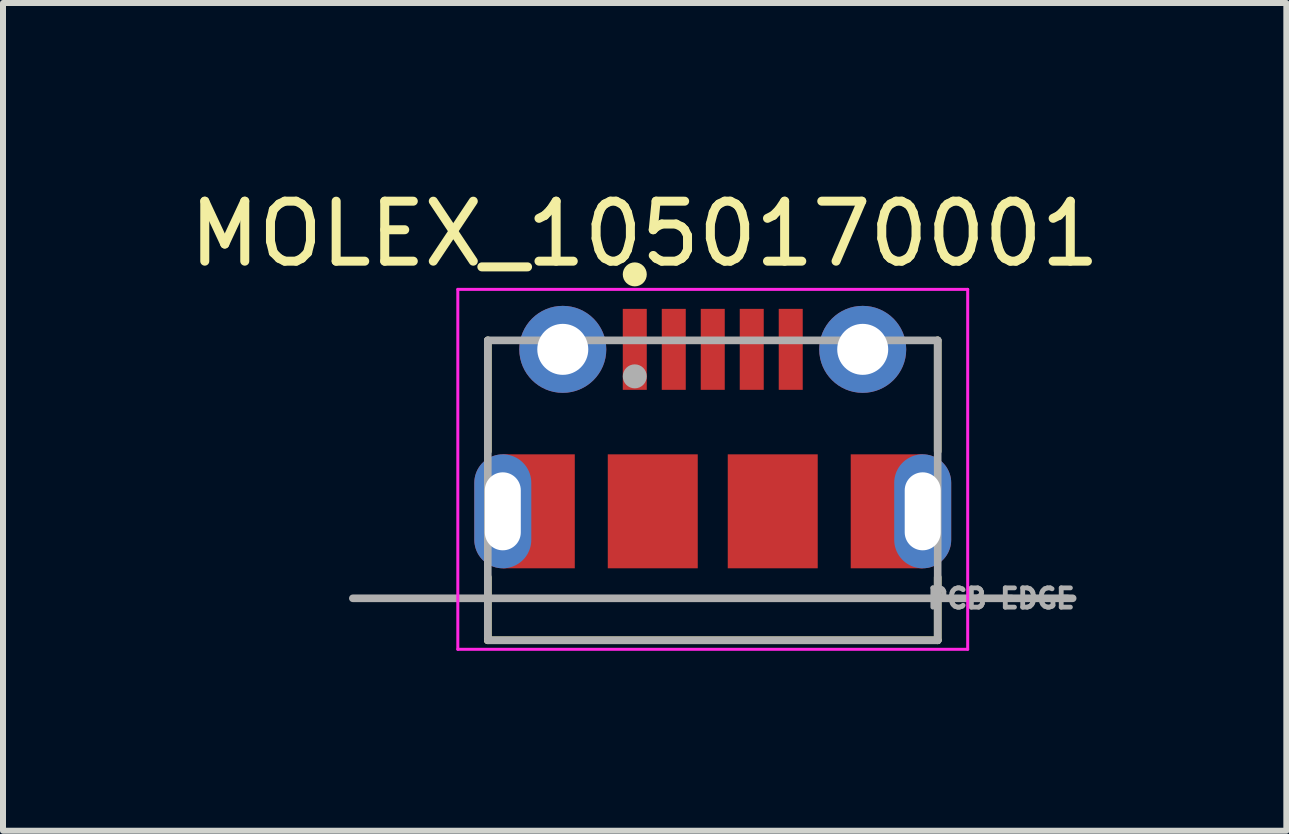
<source format=kicad_pcb>
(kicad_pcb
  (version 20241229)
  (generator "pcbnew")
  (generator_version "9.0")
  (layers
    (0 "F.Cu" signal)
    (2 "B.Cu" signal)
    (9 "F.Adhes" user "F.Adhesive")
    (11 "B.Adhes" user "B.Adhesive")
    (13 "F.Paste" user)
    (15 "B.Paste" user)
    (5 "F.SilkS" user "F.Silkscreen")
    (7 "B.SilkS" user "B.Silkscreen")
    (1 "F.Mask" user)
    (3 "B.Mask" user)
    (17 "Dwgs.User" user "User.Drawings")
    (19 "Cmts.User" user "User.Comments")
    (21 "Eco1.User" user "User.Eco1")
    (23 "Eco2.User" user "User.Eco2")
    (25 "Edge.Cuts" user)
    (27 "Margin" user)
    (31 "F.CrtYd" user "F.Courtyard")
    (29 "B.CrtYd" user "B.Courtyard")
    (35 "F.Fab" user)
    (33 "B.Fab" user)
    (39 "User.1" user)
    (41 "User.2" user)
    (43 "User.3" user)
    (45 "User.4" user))
  (footprint "MOLEX_1050170001"
    (layer "F.Cu")
    (at 8.832 5.124)
    (property "Reference" "MOLEX_1050170001" (at -1.135 -4.275 0) (layer "F.SilkS") (effects (font (size 1 1) (thickness 0.15))))
    (attr smd)
    (fp_line (start -3.75 -0.65) (end -3.75 -2.5) (stroke (width 0.127) (type solid)) (layer "F.SilkS"))
    (fp_line (start -3.75 2.5) (end -3.75 1.45) (stroke (width 0.127) (type solid)) (layer "F.SilkS"))
    (fp_line (start 3.75 -2.5) (end 3.75 -0.65) (stroke (width 0.127) (type solid)) (layer "F.SilkS"))
    (fp_line (start 3.75 1.45) (end 3.75 2.5) (stroke (width 0.127) (type solid)) (layer "F.SilkS"))
    (fp_line (start 3.75 2.5) (end -3.75 2.5) (stroke (width 0.127) (type solid)) (layer "F.SilkS"))
    (fp_circle (center -1.3 -3.6) (end -1.2 -3.6) (stroke (width 0.2) (type solid)) (fill no) (layer "F.SilkS"))
    (fp_line (start -4.25 -3.35) (end -4.25 2.65) (stroke (width 0.05) (type solid)) (layer "F.CrtYd"))
    (fp_line (start -4.25 2.65) (end 4.25 2.65) (stroke (width 0.05) (type solid)) (layer "F.CrtYd"))
    (fp_line (start 4.25 -3.35) (end -4.25 -3.35) (stroke (width 0.05) (type solid)) (layer "F.CrtYd"))
    (fp_line (start 4.25 2.65) (end 4.25 -3.35) (stroke (width 0.05) (type solid)) (layer "F.CrtYd"))
    (fp_line (start -3.75 -2.5) (end 3.75 -2.5) (stroke (width 0.127) (type solid)) (layer "F.Fab"))
    (fp_line (start -3.75 1.8) (end -6 1.8) (stroke (width 0.127) (type solid)) (layer "F.Fab"))
    (fp_line (start -3.75 1.8) (end -3.75 -2.5) (stroke (width 0.127) (type solid)) (layer "F.Fab"))
    (fp_line (start -3.75 2.45) (end -3.75 1.8) (stroke (width 0.127) (type solid)) (layer "F.Fab"))
    (fp_line (start 3.75 -2.5) (end 3.75 1.8) (stroke (width 0.127) (type solid)) (layer "F.Fab"))
    (fp_line (start 3.75 1.8) (end -3.75 1.8) (stroke (width 0.127) (type solid)) (layer "F.Fab"))
    (fp_line (start 3.75 1.8) (end 6 1.8) (stroke (width 0.127) (type solid)) (layer "F.Fab"))
    (fp_line (start 3.75 2.5) (end -3.75 2.5) (stroke (width 0.127) (type solid)) (layer "F.Fab"))
    (fp_line (start 3.75 2.5) (end 3.75 1.8) (stroke (width 0.127) (type solid)) (layer "F.Fab"))
    (fp_circle (center -1.3 -1.9) (end -1.2 -1.9) (stroke (width 0.2) (type solid)) (fill no) (layer "F.Fab"))
    (fp_text user "PCB EDGE" (at 4.808 1.803 0) (layer "F.Fab") (effects (font (size 0.321 0.321) (thickness 0.15))))
    (pad "1" smd rect (at -1.3 -2.35 90) (size 1.35 0.4) (layers "F.Cu" "F.Mask" "F.Paste"))
    (pad "2" smd rect (at -0.65 -2.35 90) (size 1.35 0.4) (layers "F.Cu" "F.Mask" "F.Paste"))
    (pad "3" smd rect (at 0 -2.35 90) (size 1.35 0.4) (layers "F.Cu" "F.Mask" "F.Paste"))
    (pad "4" smd rect (at 0.65 -2.35 90) (size 1.35 0.4) (layers "F.Cu" "F.Mask" "F.Paste"))
    (pad "5" smd rect (at 1.3 -2.35 90) (size 1.35 0.4) (layers "F.Cu" "F.Mask" "F.Paste"))
    (pad "SH1" thru_hole circle (at -2.5 -2.35) (size 1.45 1.45) (drill 0.85) (layers "*.Cu" "*.Mask"))
    (pad "SH2" thru_hole circle (at 2.5 -2.35) (size 1.45 1.45) (drill 0.85) (layers "*.Cu" "*.Mask"))
    (pad "SH3" thru_hole oval (at -3.5 0.35) (size 0.95 1.9) (drill oval 0.6 1.3) (layers "*.Cu" "*.Mask"))
    (pad "SH4" smd rect (at -2.9 0.35 90) (size 1.9 1.2) (layers "F.Cu" "F.Mask" "F.Paste"))
    (pad "SH5" smd rect (at -1 0.35 90) (size 1.9 1.5) (layers "F.Cu" "F.Mask" "F.Paste"))
    (pad "SH6" smd rect (at 1 0.35 90) (size 1.9 1.5) (layers "F.Cu" "F.Mask" "F.Paste"))
    (pad "SH7" smd rect (at 2.9 0.35 90) (size 1.9 1.2) (layers "F.Cu" "F.Mask" "F.Paste"))
    (pad "SH8" thru_hole oval (at 3.5 0.35) (size 0.95 1.9) (drill oval 0.6 1.3) (layers "*.Cu" "*.Mask")))
  (gr_rect
    (start -3 -3)
    (end 18.394 10.799)
    (stroke (width 0.1) (type default))
    (fill no)
    (layer "Edge.Cuts")))
</source>
